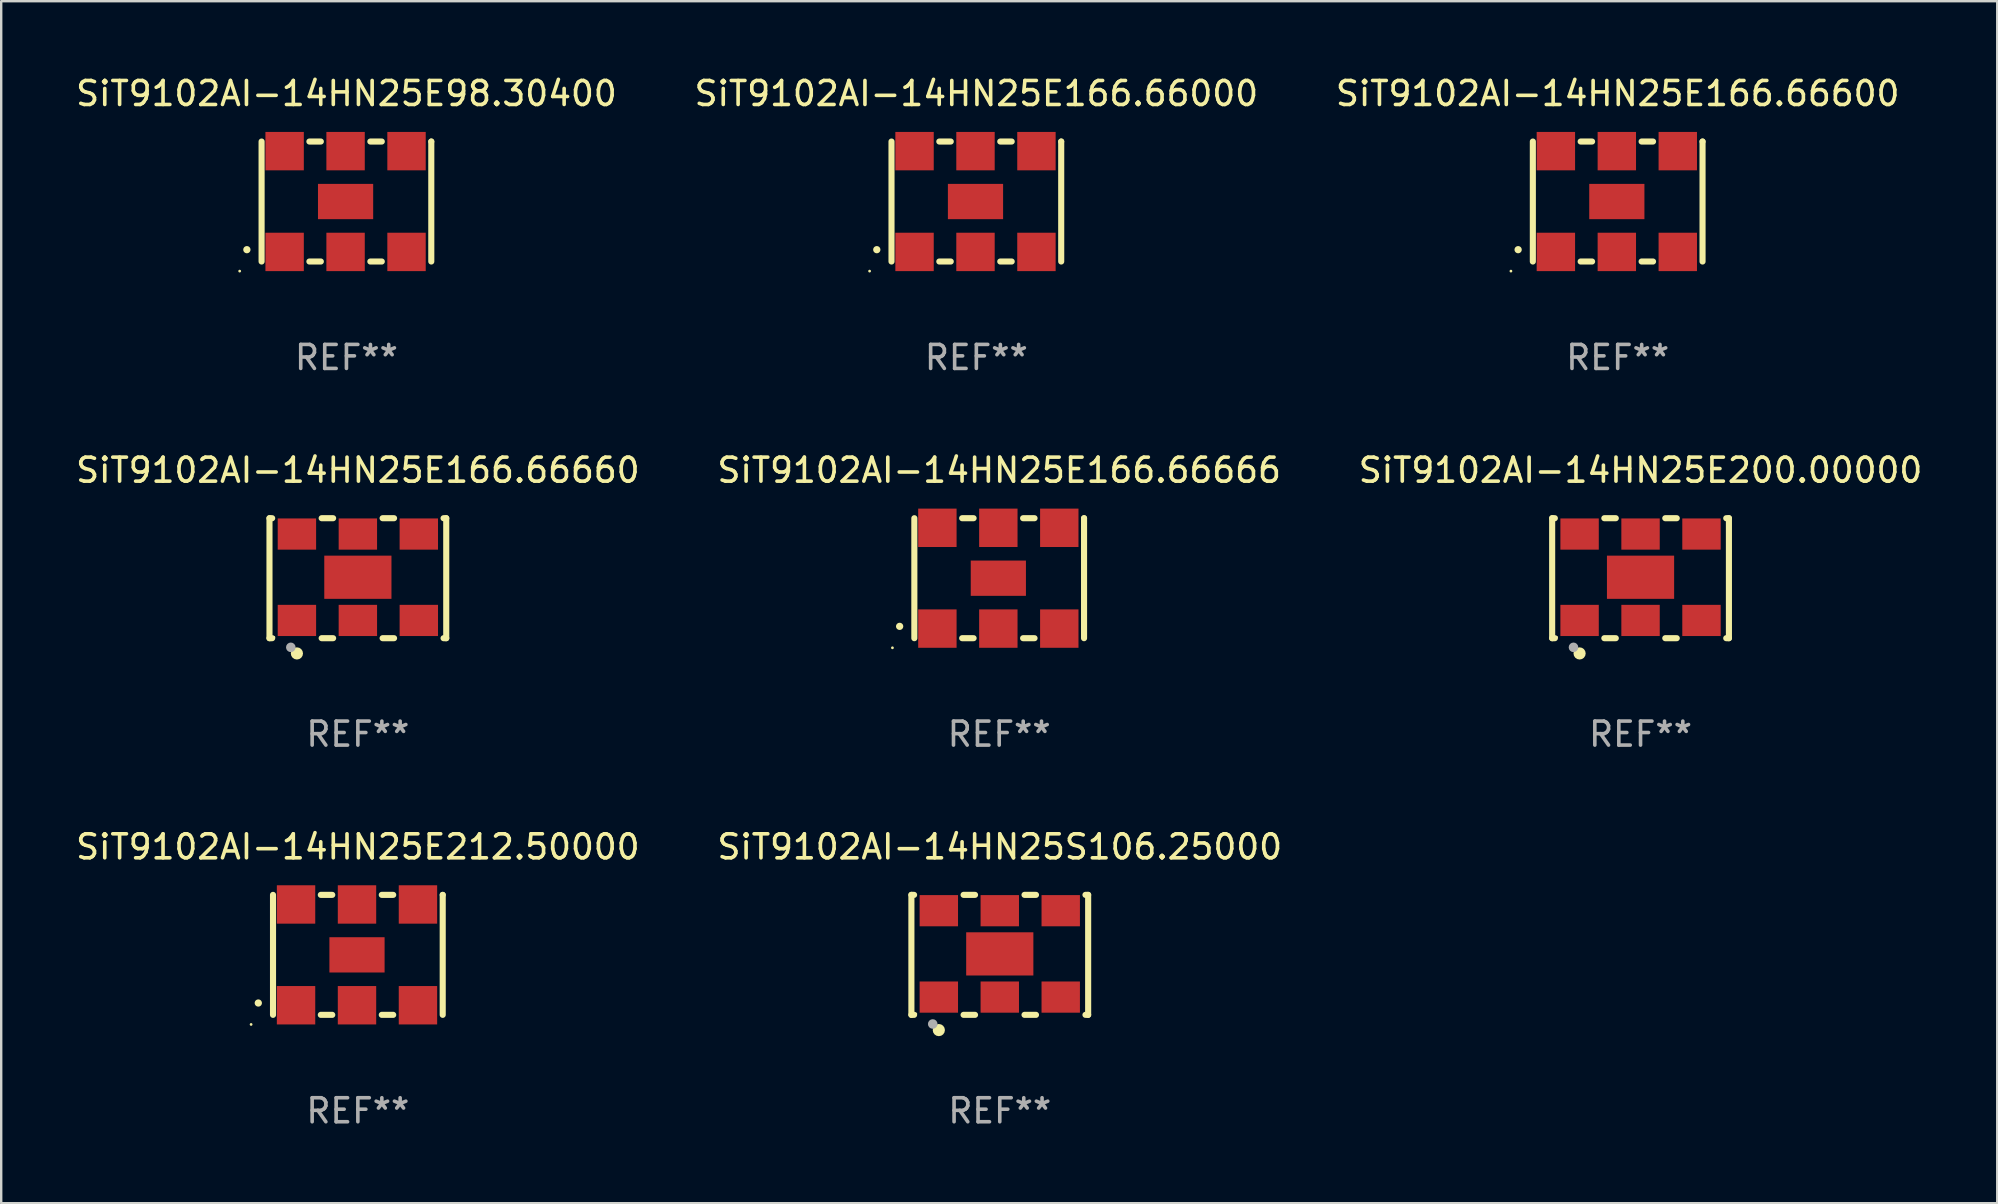
<source format=kicad_pcb>
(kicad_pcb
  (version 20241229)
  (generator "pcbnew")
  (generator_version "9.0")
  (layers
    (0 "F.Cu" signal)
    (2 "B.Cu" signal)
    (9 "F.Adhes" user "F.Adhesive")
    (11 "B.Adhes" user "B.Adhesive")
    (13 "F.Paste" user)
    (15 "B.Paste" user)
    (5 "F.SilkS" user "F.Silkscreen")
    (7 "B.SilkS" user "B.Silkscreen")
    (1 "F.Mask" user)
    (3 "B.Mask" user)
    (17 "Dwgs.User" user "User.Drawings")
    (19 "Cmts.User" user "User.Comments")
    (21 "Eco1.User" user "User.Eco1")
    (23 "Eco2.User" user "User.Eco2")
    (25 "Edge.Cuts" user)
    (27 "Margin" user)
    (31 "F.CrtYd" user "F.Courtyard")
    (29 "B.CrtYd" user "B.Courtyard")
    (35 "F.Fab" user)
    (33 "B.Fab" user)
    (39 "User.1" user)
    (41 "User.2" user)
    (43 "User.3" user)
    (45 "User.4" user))
  (footprint "SiT9102AI-14HN25E166.66660"
    (layer "F.Cu")
    (at 11.863 21.045)
    (property "Reference" "SiT9102AI-14HN25E166.66660" (at 0 -4.5 0) (layer "F.SilkS") (effects (font (size 1 1) (thickness 0.15))))
    (attr through_hole)
    (fp_line (start -3.683 -2.5) (end -3.571 -2.5) (stroke (width 0.254) (type solid)) (layer "F.SilkS"))
    (fp_line (start -3.683 2.5) (end -3.683 -2.5) (stroke (width 0.254) (type solid)) (layer "F.SilkS"))
    (fp_line (start -3.683 2.5) (end -3.571 2.5) (stroke (width 0.254) (type solid)) (layer "F.SilkS"))
    (fp_line (start -1.509 -2.5) (end -1.031 -2.5) (stroke (width 0.254) (type solid)) (layer "F.SilkS"))
    (fp_line (start -1.509 2.5) (end -1.031 2.5) (stroke (width 0.254) (type solid)) (layer "F.SilkS"))
    (fp_line (start 1.031 -2.5) (end 1.509 -2.5) (stroke (width 0.254) (type solid)) (layer "F.SilkS"))
    (fp_line (start 1.031 2.5) (end 1.509 2.5) (stroke (width 0.254) (type solid)) (layer "F.SilkS"))
    (fp_line (start 3.571 -2.5) (end 3.683 -2.5) (stroke (width 0.254) (type solid)) (layer "F.SilkS"))
    (fp_line (start 3.571 2.5) (end 3.683 2.5) (stroke (width 0.254) (type solid)) (layer "F.SilkS"))
    (fp_line (start 3.683 2.5) (end 3.683 -2.5) (stroke (width 0.254) (type solid)) (layer "F.SilkS"))
    (fp_circle (center -3.5 2.46) (end -3.47 2.46) (stroke (width 0.06) (type solid)) (fill no) (layer "F.SilkS"))
    (fp_circle (center -2.54 3.135) (end -2.413 3.135) (stroke (width 0.254) (type solid)) (fill no) (layer "F.SilkS"))
    (fp_circle (center -2.794 2.881) (end -2.694 2.881) (stroke (width 0.2) (type solid)) (fill no) (layer "F.Fab"))
    (fp_text user "REF**" (at 0 6.5 0) (layer "F.Fab") (effects (font (size 1 1) (thickness 0.15))))
    (pad "1" smd rect (at -2.54 1.76) (size 1.6 1.3) (layers "F.Cu" "F.Mask" "F.Paste"))
    (pad "2" smd rect (at 0 1.76) (size 1.6 1.3) (layers "F.Cu" "F.Mask" "F.Paste"))
    (pad "3" smd rect (at 2.54 1.76) (size 1.6 1.3) (layers "F.Cu" "F.Mask" "F.Paste"))
    (pad "4" smd rect (at 2.54 -1.84) (size 1.6 1.3) (layers "F.Cu" "F.Mask" "F.Paste"))
    (pad "5" smd rect (at 0 -1.84) (size 1.6 1.3) (layers "F.Cu" "F.Mask" "F.Paste"))
    (pad "6" smd rect (at -2.54 -1.84) (size 1.6 1.3) (layers "F.Cu" "F.Mask" "F.Paste"))
    (pad "7" smd rect (at 0 -0.04) (size 2.8 1.8) (layers "F.Cu" "F.Mask" "F.Paste")))
  (footprint "SiT9102AI-14HN25E200.00000"
    (layer "F.Cu")
    (at 65.315 21.045)
    (property "Reference" "SiT9102AI-14HN25E200.00000" (at 0 -4.5 0) (layer "F.SilkS") (effects (font (size 1 1) (thickness 0.15))))
    (attr through_hole)
    (fp_line (start -3.683 -2.5) (end -3.571 -2.5) (stroke (width 0.254) (type solid)) (layer "F.SilkS"))
    (fp_line (start -3.683 2.5) (end -3.683 -2.5) (stroke (width 0.254) (type solid)) (layer "F.SilkS"))
    (fp_line (start -3.683 2.5) (end -3.571 2.5) (stroke (width 0.254) (type solid)) (layer "F.SilkS"))
    (fp_line (start -1.509 -2.5) (end -1.031 -2.5) (stroke (width 0.254) (type solid)) (layer "F.SilkS"))
    (fp_line (start -1.509 2.5) (end -1.031 2.5) (stroke (width 0.254) (type solid)) (layer "F.SilkS"))
    (fp_line (start 1.031 -2.5) (end 1.509 -2.5) (stroke (width 0.254) (type solid)) (layer "F.SilkS"))
    (fp_line (start 1.031 2.5) (end 1.509 2.5) (stroke (width 0.254) (type solid)) (layer "F.SilkS"))
    (fp_line (start 3.571 -2.5) (end 3.683 -2.5) (stroke (width 0.254) (type solid)) (layer "F.SilkS"))
    (fp_line (start 3.571 2.5) (end 3.683 2.5) (stroke (width 0.254) (type solid)) (layer "F.SilkS"))
    (fp_line (start 3.683 2.5) (end 3.683 -2.5) (stroke (width 0.254) (type solid)) (layer "F.SilkS"))
    (fp_circle (center -3.5 2.46) (end -3.47 2.46) (stroke (width 0.06) (type solid)) (fill no) (layer "F.SilkS"))
    (fp_circle (center -2.54 3.135) (end -2.413 3.135) (stroke (width 0.254) (type solid)) (fill no) (layer "F.SilkS"))
    (fp_circle (center -2.794 2.881) (end -2.694 2.881) (stroke (width 0.2) (type solid)) (fill no) (layer "F.Fab"))
    (fp_text user "REF**" (at 0 6.5 0) (layer "F.Fab") (effects (font (size 1 1) (thickness 0.15))))
    (pad "1" smd rect (at -2.54 1.76) (size 1.6 1.3) (layers "F.Cu" "F.Mask" "F.Paste"))
    (pad "2" smd rect (at 0 1.76) (size 1.6 1.3) (layers "F.Cu" "F.Mask" "F.Paste"))
    (pad "3" smd rect (at 2.54 1.76) (size 1.6 1.3) (layers "F.Cu" "F.Mask" "F.Paste"))
    (pad "4" smd rect (at 2.54 -1.84) (size 1.6 1.3) (layers "F.Cu" "F.Mask" "F.Paste"))
    (pad "5" smd rect (at 0 -1.84) (size 1.6 1.3) (layers "F.Cu" "F.Mask" "F.Paste"))
    (pad "6" smd rect (at -2.54 -1.84) (size 1.6 1.3) (layers "F.Cu" "F.Mask" "F.Paste"))
    (pad "7" smd rect (at 0 -0.04) (size 2.8 1.8) (layers "F.Cu" "F.Mask" "F.Paste")))
  (footprint "SiT9102AI-14HN25E212.50000"
    (layer "F.Cu")
    (at 11.863 36.741)
    (property "Reference" "SiT9102AI-14HN25E212.50000" (at 0 -4.5 0) (layer "F.SilkS") (effects (font (size 1 1) (thickness 0.15))))
    (attr through_hole)
    (fp_line (start -3.536 -2.5) (end -3.536 2.5) (stroke (width 0.254) (type solid)) (layer "F.SilkS"))
    (fp_line (start -1.544 2.5) (end -1.067 2.5) (stroke (width 0.254) (type solid)) (layer "F.SilkS"))
    (fp_line (start -1.067 -2.5) (end -1.544 -2.5) (stroke (width 0.254) (type solid)) (layer "F.SilkS"))
    (fp_line (start 0.996 2.5) (end 1.473 2.5) (stroke (width 0.254) (type solid)) (layer "F.SilkS"))
    (fp_line (start 1.473 -2.5) (end 0.996 -2.5) (stroke (width 0.254) (type solid)) (layer "F.SilkS"))
    (fp_line (start 3.536 -2.5) (end 3.536 -2.5) (stroke (width 0.254) (type solid)) (layer "F.SilkS"))
    (fp_line (start 3.536 2.5) (end 3.536 -2.5) (stroke (width 0.254) (type solid)) (layer "F.SilkS"))
    (fp_arc (start -4.150432 2.006604) (mid -4.149162 2.006599) (end -4.147892 2.006604) (stroke (width 0.3) (type solid)) (layer "F.SilkS"))
    (fp_circle (center -4.449 2.9) (end -4.419 2.9) (stroke (width 0.06) (type solid)) (fill no) (layer "F.SilkS"))
    (fp_text user "REF**" (at 0 6.5 0) (layer "F.Fab") (effects (font (size 1 1) (thickness 0.15))))
    (pad "1" smd rect (at -2.576 2.1) (size 1.6 1.6) (layers "F.Cu" "F.Mask" "F.Paste"))
    (pad "2" smd rect (at -0.036 2.1) (size 1.6 1.6) (layers "F.Cu" "F.Mask" "F.Paste"))
    (pad "3" smd rect (at 2.504 2.1) (size 1.6 1.6) (layers "F.Cu" "F.Mask" "F.Paste"))
    (pad "4" smd rect (at 2.504 -2.1) (size 1.6 1.6) (layers "F.Cu" "F.Mask" "F.Paste"))
    (pad "5" smd rect (at -0.036 -2.1) (size 1.6 1.6) (layers "F.Cu" "F.Mask" "F.Paste"))
    (pad "6" smd rect (at -2.576 -2.1) (size 1.6 1.6) (layers "F.Cu" "F.Mask" "F.Paste"))
    (pad "7" smd rect (at -0.036 0) (size 2.3 1.47) (layers "F.Cu" "F.Mask" "F.Paste")))
  (footprint "SiT9102AI-14HN25E166.66600"
    (layer "F.Cu")
    (at 64.363 5.348)
    (property "Reference" "SiT9102AI-14HN25E166.66600" (at 0 -4.5 0) (layer "F.SilkS") (effects (font (size 1 1) (thickness 0.15))))
    (attr through_hole)
    (fp_line (start -3.536 -2.5) (end -3.536 2.5) (stroke (width 0.254) (type solid)) (layer "F.SilkS"))
    (fp_line (start -1.544 2.5) (end -1.067 2.5) (stroke (width 0.254) (type solid)) (layer "F.SilkS"))
    (fp_line (start -1.067 -2.5) (end -1.544 -2.5) (stroke (width 0.254) (type solid)) (layer "F.SilkS"))
    (fp_line (start 0.996 2.5) (end 1.473 2.5) (stroke (width 0.254) (type solid)) (layer "F.SilkS"))
    (fp_line (start 1.473 -2.5) (end 0.996 -2.5) (stroke (width 0.254) (type solid)) (layer "F.SilkS"))
    (fp_line (start 3.536 -2.5) (end 3.536 -2.5) (stroke (width 0.254) (type solid)) (layer "F.SilkS"))
    (fp_line (start 3.536 2.5) (end 3.536 -2.5) (stroke (width 0.254) (type solid)) (layer "F.SilkS"))
    (fp_arc (start -4.150432 2.006604) (mid -4.149162 2.006599) (end -4.147892 2.006604) (stroke (width 0.3) (type solid)) (layer "F.SilkS"))
    (fp_circle (center -4.449 2.9) (end -4.419 2.9) (stroke (width 0.06) (type solid)) (fill no) (layer "F.SilkS"))
    (fp_text user "REF**" (at 0 6.5 0) (layer "F.Fab") (effects (font (size 1 1) (thickness 0.15))))
    (pad "1" smd rect (at -2.576 2.1) (size 1.6 1.6) (layers "F.Cu" "F.Mask" "F.Paste"))
    (pad "2" smd rect (at -0.036 2.1) (size 1.6 1.6) (layers "F.Cu" "F.Mask" "F.Paste"))
    (pad "3" smd rect (at 2.504 2.1) (size 1.6 1.6) (layers "F.Cu" "F.Mask" "F.Paste"))
    (pad "4" smd rect (at 2.504 -2.1) (size 1.6 1.6) (layers "F.Cu" "F.Mask" "F.Paste"))
    (pad "5" smd rect (at -0.036 -2.1) (size 1.6 1.6) (layers "F.Cu" "F.Mask" "F.Paste"))
    (pad "6" smd rect (at -2.576 -2.1) (size 1.6 1.6) (layers "F.Cu" "F.Mask" "F.Paste"))
    (pad "7" smd rect (at -0.036 0) (size 2.3 1.47) (layers "F.Cu" "F.Mask" "F.Paste")))
  (footprint "SiT9102AI-14HN25S106.25000"
    (layer "F.Cu")
    (at 38.613 36.741)
    (property "Reference" "SiT9102AI-14HN25S106.25000" (at 0 -4.5 0) (layer "F.SilkS") (effects (font (size 1 1) (thickness 0.15))))
    (attr through_hole)
    (fp_line (start -3.683 -2.5) (end -3.571 -2.5) (stroke (width 0.254) (type solid)) (layer "F.SilkS"))
    (fp_line (start -3.683 2.5) (end -3.683 -2.5) (stroke (width 0.254) (type solid)) (layer "F.SilkS"))
    (fp_line (start -3.683 2.5) (end -3.571 2.5) (stroke (width 0.254) (type solid)) (layer "F.SilkS"))
    (fp_line (start -1.509 -2.5) (end -1.031 -2.5) (stroke (width 0.254) (type solid)) (layer "F.SilkS"))
    (fp_line (start -1.509 2.5) (end -1.031 2.5) (stroke (width 0.254) (type solid)) (layer "F.SilkS"))
    (fp_line (start 1.031 -2.5) (end 1.509 -2.5) (stroke (width 0.254) (type solid)) (layer "F.SilkS"))
    (fp_line (start 1.031 2.5) (end 1.509 2.5) (stroke (width 0.254) (type solid)) (layer "F.SilkS"))
    (fp_line (start 3.571 -2.5) (end 3.683 -2.5) (stroke (width 0.254) (type solid)) (layer "F.SilkS"))
    (fp_line (start 3.571 2.5) (end 3.683 2.5) (stroke (width 0.254) (type solid)) (layer "F.SilkS"))
    (fp_line (start 3.683 2.5) (end 3.683 -2.5) (stroke (width 0.254) (type solid)) (layer "F.SilkS"))
    (fp_circle (center -3.5 2.46) (end -3.47 2.46) (stroke (width 0.06) (type solid)) (fill no) (layer "F.SilkS"))
    (fp_circle (center -2.54 3.135) (end -2.413 3.135) (stroke (width 0.254) (type solid)) (fill no) (layer "F.SilkS"))
    (fp_circle (center -2.794 2.881) (end -2.694 2.881) (stroke (width 0.2) (type solid)) (fill no) (layer "F.Fab"))
    (fp_text user "REF**" (at 0 6.5 0) (layer "F.Fab") (effects (font (size 1 1) (thickness 0.15))))
    (pad "1" smd rect (at -2.54 1.76) (size 1.6 1.3) (layers "F.Cu" "F.Mask" "F.Paste"))
    (pad "2" smd rect (at 0 1.76) (size 1.6 1.3) (layers "F.Cu" "F.Mask" "F.Paste"))
    (pad "3" smd rect (at 2.54 1.76) (size 1.6 1.3) (layers "F.Cu" "F.Mask" "F.Paste"))
    (pad "4" smd rect (at 2.54 -1.84) (size 1.6 1.3) (layers "F.Cu" "F.Mask" "F.Paste"))
    (pad "5" smd rect (at 0 -1.84) (size 1.6 1.3) (layers "F.Cu" "F.Mask" "F.Paste"))
    (pad "6" smd rect (at -2.54 -1.84) (size 1.6 1.3) (layers "F.Cu" "F.Mask" "F.Paste"))
    (pad "7" smd rect (at 0 -0.04) (size 2.8 1.8) (layers "F.Cu" "F.Mask" "F.Paste")))
  (footprint "SiT9102AI-14HN25E166.66666"
    (layer "F.Cu")
    (at 38.589 21.045)
    (property "Reference" "SiT9102AI-14HN25E166.66666" (at 0 -4.5 0) (layer "F.SilkS") (effects (font (size 1 1) (thickness 0.15))))
    (attr through_hole)
    (fp_line (start -3.536 -2.5) (end -3.536 2.5) (stroke (width 0.254) (type solid)) (layer "F.SilkS"))
    (fp_line (start -1.544 2.5) (end -1.067 2.5) (stroke (width 0.254) (type solid)) (layer "F.SilkS"))
    (fp_line (start -1.067 -2.5) (end -1.544 -2.5) (stroke (width 0.254) (type solid)) (layer "F.SilkS"))
    (fp_line (start 0.996 2.5) (end 1.473 2.5) (stroke (width 0.254) (type solid)) (layer "F.SilkS"))
    (fp_line (start 1.473 -2.5) (end 0.996 -2.5) (stroke (width 0.254) (type solid)) (layer "F.SilkS"))
    (fp_line (start 3.536 -2.5) (end 3.536 -2.5) (stroke (width 0.254) (type solid)) (layer "F.SilkS"))
    (fp_line (start 3.536 2.5) (end 3.536 -2.5) (stroke (width 0.254) (type solid)) (layer "F.SilkS"))
    (fp_arc (start -4.150432 2.006604) (mid -4.149162 2.006599) (end -4.147892 2.006604) (stroke (width 0.3) (type solid)) (layer "F.SilkS"))
    (fp_circle (center -4.449 2.9) (end -4.419 2.9) (stroke (width 0.06) (type solid)) (fill no) (layer "F.SilkS"))
    (fp_text user "REF**" (at 0 6.5 0) (layer "F.Fab") (effects (font (size 1 1) (thickness 0.15))))
    (pad "1" smd rect (at -2.576 2.1) (size 1.6 1.6) (layers "F.Cu" "F.Mask" "F.Paste"))
    (pad "2" smd rect (at -0.036 2.1) (size 1.6 1.6) (layers "F.Cu" "F.Mask" "F.Paste"))
    (pad "3" smd rect (at 2.504 2.1) (size 1.6 1.6) (layers "F.Cu" "F.Mask" "F.Paste"))
    (pad "4" smd rect (at 2.504 -2.1) (size 1.6 1.6) (layers "F.Cu" "F.Mask" "F.Paste"))
    (pad "5" smd rect (at -0.036 -2.1) (size 1.6 1.6) (layers "F.Cu" "F.Mask" "F.Paste"))
    (pad "6" smd rect (at -2.576 -2.1) (size 1.6 1.6) (layers "F.Cu" "F.Mask" "F.Paste"))
    (pad "7" smd rect (at -0.036 0) (size 2.3 1.47) (layers "F.Cu" "F.Mask" "F.Paste")))
  (footprint "SiT9102AI-14HN25E166.66000"
    (layer "F.Cu")
    (at 37.637 5.348)
    (property "Reference" "SiT9102AI-14HN25E166.66000" (at 0 -4.5 0) (layer "F.SilkS") (effects (font (size 1 1) (thickness 0.15))))
    (attr through_hole)
    (fp_line (start -3.536 -2.5) (end -3.536 2.5) (stroke (width 0.254) (type solid)) (layer "F.SilkS"))
    (fp_line (start -1.544 2.5) (end -1.067 2.5) (stroke (width 0.254) (type solid)) (layer "F.SilkS"))
    (fp_line (start -1.067 -2.5) (end -1.544 -2.5) (stroke (width 0.254) (type solid)) (layer "F.SilkS"))
    (fp_line (start 0.996 2.5) (end 1.473 2.5) (stroke (width 0.254) (type solid)) (layer "F.SilkS"))
    (fp_line (start 1.473 -2.5) (end 0.996 -2.5) (stroke (width 0.254) (type solid)) (layer "F.SilkS"))
    (fp_line (start 3.536 -2.5) (end 3.536 -2.5) (stroke (width 0.254) (type solid)) (layer "F.SilkS"))
    (fp_line (start 3.536 2.5) (end 3.536 -2.5) (stroke (width 0.254) (type solid)) (layer "F.SilkS"))
    (fp_arc (start -4.150432 2.006604) (mid -4.149162 2.006599) (end -4.147892 2.006604) (stroke (width 0.3) (type solid)) (layer "F.SilkS"))
    (fp_circle (center -4.449 2.9) (end -4.419 2.9) (stroke (width 0.06) (type solid)) (fill no) (layer "F.SilkS"))
    (fp_text user "REF**" (at 0 6.5 0) (layer "F.Fab") (effects (font (size 1 1) (thickness 0.15))))
    (pad "1" smd rect (at -2.576 2.1) (size 1.6 1.6) (layers "F.Cu" "F.Mask" "F.Paste"))
    (pad "2" smd rect (at -0.036 2.1) (size 1.6 1.6) (layers "F.Cu" "F.Mask" "F.Paste"))
    (pad "3" smd rect (at 2.504 2.1) (size 1.6 1.6) (layers "F.Cu" "F.Mask" "F.Paste"))
    (pad "4" smd rect (at 2.504 -2.1) (size 1.6 1.6) (layers "F.Cu" "F.Mask" "F.Paste"))
    (pad "5" smd rect (at -0.036 -2.1) (size 1.6 1.6) (layers "F.Cu" "F.Mask" "F.Paste"))
    (pad "6" smd rect (at -2.576 -2.1) (size 1.6 1.6) (layers "F.Cu" "F.Mask" "F.Paste"))
    (pad "7" smd rect (at -0.036 0) (size 2.3 1.47) (layers "F.Cu" "F.Mask" "F.Paste")))
  (footprint "SiT9102AI-14HN25E98.30400"
    (layer "F.Cu")
    (at 11.387 5.348)
    (property "Reference" "SiT9102AI-14HN25E98.30400" (at 0 -4.5 0) (layer "F.SilkS") (effects (font (size 1 1) (thickness 0.15))))
    (attr through_hole)
    (fp_line (start -3.536 -2.5) (end -3.536 2.5) (stroke (width 0.254) (type solid)) (layer "F.SilkS"))
    (fp_line (start -1.544 2.5) (end -1.067 2.5) (stroke (width 0.254) (type solid)) (layer "F.SilkS"))
    (fp_line (start -1.067 -2.5) (end -1.544 -2.5) (stroke (width 0.254) (type solid)) (layer "F.SilkS"))
    (fp_line (start 0.996 2.5) (end 1.473 2.5) (stroke (width 0.254) (type solid)) (layer "F.SilkS"))
    (fp_line (start 1.473 -2.5) (end 0.996 -2.5) (stroke (width 0.254) (type solid)) (layer "F.SilkS"))
    (fp_line (start 3.536 -2.5) (end 3.536 -2.5) (stroke (width 0.254) (type solid)) (layer "F.SilkS"))
    (fp_line (start 3.536 2.5) (end 3.536 -2.5) (stroke (width 0.254) (type solid)) (layer "F.SilkS"))
    (fp_arc (start -4.150432 2.006604) (mid -4.149162 2.006599) (end -4.147892 2.006604) (stroke (width 0.3) (type solid)) (layer "F.SilkS"))
    (fp_circle (center -4.449 2.9) (end -4.419 2.9) (stroke (width 0.06) (type solid)) (fill no) (layer "F.SilkS"))
    (fp_text user "REF**" (at 0 6.5 0) (layer "F.Fab") (effects (font (size 1 1) (thickness 0.15))))
    (pad "1" smd rect (at -2.576 2.1) (size 1.6 1.6) (layers "F.Cu" "F.Mask" "F.Paste"))
    (pad "2" smd rect (at -0.036 2.1) (size 1.6 1.6) (layers "F.Cu" "F.Mask" "F.Paste"))
    (pad "3" smd rect (at 2.504 2.1) (size 1.6 1.6) (layers "F.Cu" "F.Mask" "F.Paste"))
    (pad "4" smd rect (at 2.504 -2.1) (size 1.6 1.6) (layers "F.Cu" "F.Mask" "F.Paste"))
    (pad "5" smd rect (at -0.036 -2.1) (size 1.6 1.6) (layers "F.Cu" "F.Mask" "F.Paste"))
    (pad "6" smd rect (at -2.576 -2.1) (size 1.6 1.6) (layers "F.Cu" "F.Mask" "F.Paste"))
    (pad "7" smd rect (at -0.036 0) (size 2.3 1.47) (layers "F.Cu" "F.Mask" "F.Paste")))
  (gr_rect
    (start -3 -3)
    (end 80.179 47.09)
    (stroke (width 0.1) (type default))
    (fill no)
    (layer "Edge.Cuts")))
</source>
